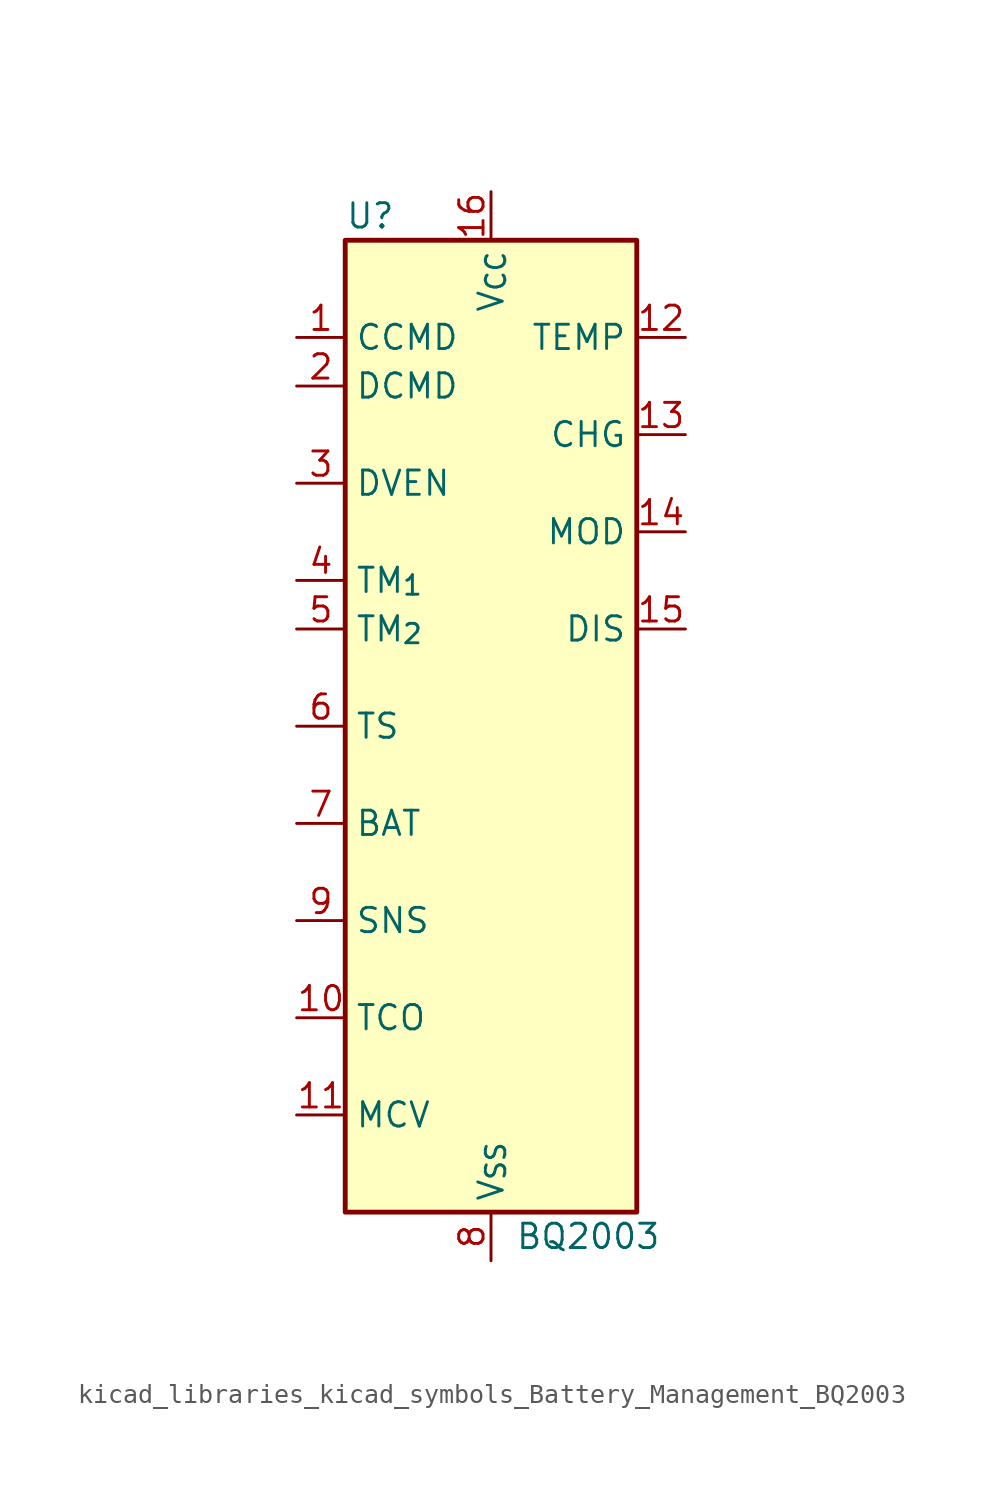
<source format=kicad_sym>
(kicad_symbol_lib
  (version 20220914)
  (generator kicad_symbol_editor)
  (symbol "kicad_libraries_kicad_symbols_Battery_Management_BQ2003"
    (property "Reference" "U"
      (at -7.62 26.67 0)
      (effects (font (size 1.27 1.27)) (justify left)))
    (property "Value" "BQ2003"
      (at 5.08 -26.67 0)
      (effects (font (size 1.27 1.27))))
    (symbol "kicad_libraries_kicad_symbols_Battery_Management_BQ2003_0_1"
      (rectangle (start -7.62 -25.4) (end 7.62 25.4) (stroke (width 0.254) (type default)) (fill (type background))))
    (symbol "kicad_libraries_kicad_symbols_Battery_Management_BQ2003_1_1"
      (pin input line (at -10.16 20.32 0) (length 2.54) (name "CCMD" (effects (font (size 1.27 1.27)))) (number "1" (effects (font (size 1.27 1.27)))))
      (pin input line (at -10.16 -15.24 0) (length 2.54) (name "TCO" (effects (font (size 1.27 1.27)))) (number "10" (effects (font (size 1.27 1.27)))))
      (pin input line (at -10.16 -20.32 0) (length 2.54) (name "MCV" (effects (font (size 1.27 1.27)))) (number "11" (effects (font (size 1.27 1.27)))))
      (pin output line (at 10.16 20.32 180) (length 2.54) (name "TEMP" (effects (font (size 1.27 1.27)))) (number "12" (effects (font (size 1.27 1.27)))))
      (pin output line (at 10.16 15.24 180) (length 2.54) (name "CHG" (effects (font (size 1.27 1.27)))) (number "13" (effects (font (size 1.27 1.27)))))
      (pin output line (at 10.16 10.16 180) (length 2.54) (name "MOD" (effects (font (size 1.27 1.27)))) (number "14" (effects (font (size 1.27 1.27)))))
      (pin output line (at 10.16 5.08 180) (length 2.54) (name "DIS" (effects (font (size 1.27 1.27)))) (number "15" (effects (font (size 1.27 1.27)))))
      (pin power_in line (at 0 27.94 270) (length 2.54) (name "V_{CC}" (effects (font (size 1.27 1.27)))) (number "16" (effects (font (size 1.27 1.27)))))
      (pin input line (at -10.16 17.78 0) (length 2.54) (name "DCMD" (effects (font (size 1.27 1.27)))) (number "2" (effects (font (size 1.27 1.27)))))
      (pin input line (at -10.16 12.7 0) (length 2.54) (name "DVEN" (effects (font (size 1.27 1.27)))) (number "3" (effects (font (size 1.27 1.27)))))
      (pin input line (at -10.16 7.62 0) (length 2.54) (name "TM_{1}" (effects (font (size 1.27 1.27)))) (number "4" (effects (font (size 1.27 1.27)))))
      (pin input line (at -10.16 5.08 0) (length 2.54) (name "TM_{2}" (effects (font (size 1.27 1.27)))) (number "5" (effects (font (size 1.27 1.27)))))
      (pin input line (at -10.16 0 0) (length 2.54) (name "TS" (effects (font (size 1.27 1.27)))) (number "6" (effects (font (size 1.27 1.27)))))
      (pin input line (at -10.16 -5.08 0) (length 2.54) (name "BAT" (effects (font (size 1.27 1.27)))) (number "7" (effects (font (size 1.27 1.27)))))
      (pin power_in line (at 0 -27.94 90) (length 2.54) (name "V_{SS}" (effects (font (size 1.27 1.27)))) (number "8" (effects (font (size 1.27 1.27)))))
      (pin input line (at -10.16 -10.16 0) (length 2.54) (name "SNS" (effects (font (size 1.27 1.27)))) (number "9" (effects (font (size 1.27 1.27))))))))
</source>
